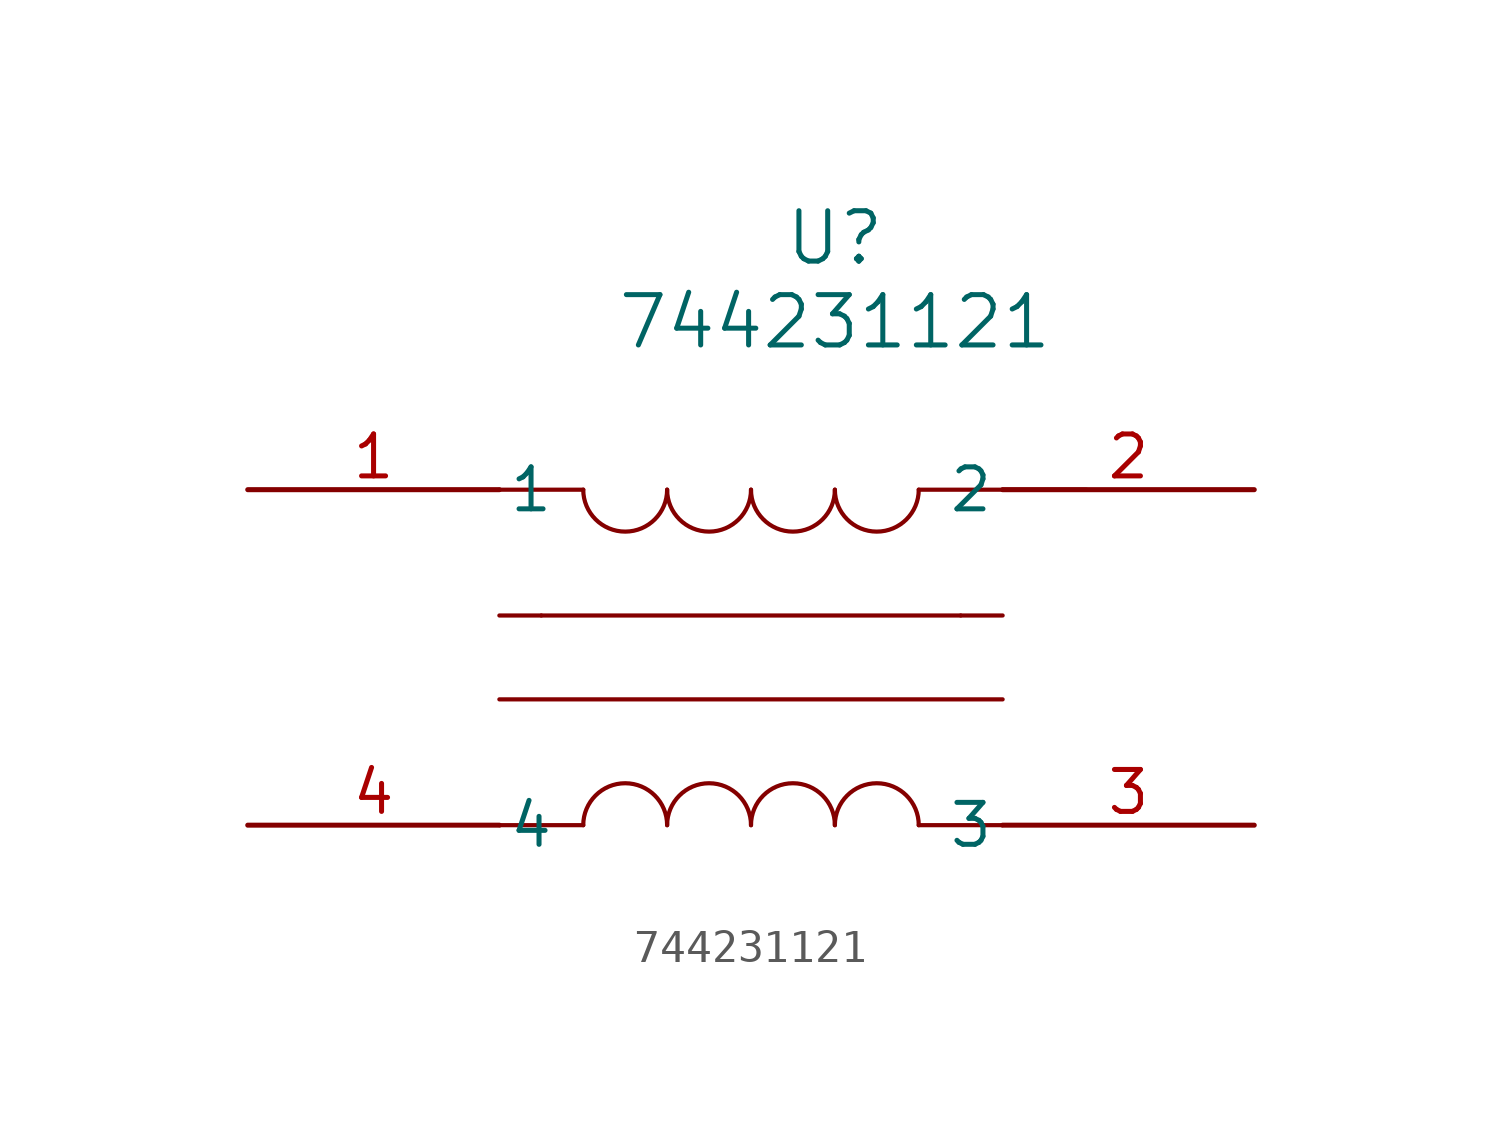
<source format=kicad_sym>
(kicad_symbol_lib
  (version 20211014)
  (generator kicad_symbol_editor)
  (symbol "744231121"
    (pin_names
      (offset 0.254))
    (property "Reference" "U"
      (at 17.78 7.62 0)
      (effects (font (size 1.524 1.524))))
    (property "Value" "744231121"
      (at 17.78 5.08 0)
      (effects (font (size 1.524 1.524))))
    (symbol "744231121_0_1"
      (polyline (pts (xy 7.62 0) (xy 10.16 0)) (stroke (width 0.127) (type default) (color 0 0 0 0)) (fill (type none)))
      (polyline (pts (xy 25.4 0) (xy 22.86 0)) (stroke (width 0.127) (type default) (color 0 0 0 0)) (fill (type none)))
      (polyline (pts (xy 22.86 0) (xy 20.32 0)) (stroke (width 0.127) (type default) (color 0 0 0 0)) (fill (type none)))
      (arc (start 10.16 0) (mid 11.43 -1.27) (end 12.7 0) (stroke (width 0.127) (type default) (color 0 0 0 0)) (fill (type none)))
      (arc (start 12.7 0) (mid 13.97 -1.27) (end 15.24 0) (stroke (width 0.127) (type default) (color 0 0 0 0)) (fill (type none)))
      (arc (start 15.24 0) (mid 16.51 -1.27) (end 17.78 0) (stroke (width 0.127) (type default) (color 0 0 0 0)) (fill (type none)))
      (arc (start 17.78 0) (mid 19.05 -1.27) (end 20.32 0) (stroke (width 0.127) (type default) (color 0 0 0 0)) (fill (type none)))
      (arc (start 12.7 -10.16) (mid 11.43 -8.89) (end 10.16 -10.16) (stroke (width 0.127) (type default) (color 0 0 0 0)) (fill (type none)))
      (arc (start 15.24 -10.16) (mid 13.97 -8.89) (end 12.7 -10.16) (stroke (width 0.127) (type default) (color 0 0 0 0)) (fill (type none)))
      (arc (start 17.78 -10.16) (mid 16.51 -8.89) (end 15.24 -10.16) (stroke (width 0.127) (type default) (color 0 0 0 0)) (fill (type none)))
      (arc (start 20.32 -10.16) (mid 19.05 -8.89) (end 17.78 -10.16) (stroke (width 0.127) (type default) (color 0 0 0 0)) (fill (type none)))
      (polyline (pts (xy 22.86 -10.16) (xy 20.32 -10.16)) (stroke (width 0.127) (type default) (color 0 0 0 0)) (fill (type none)))
      (polyline (pts (xy 10.16 -10.16) (xy 7.62 -10.16)) (stroke (width 0.127) (type default) (color 0 0 0 0)) (fill (type none)))
      (polyline (pts (xy 8.89 -3.81) (xy 21.59 -3.81)) (stroke (width 0.127) (type default) (color 0 0 0 0)) (fill (type none)))
      (polyline (pts (xy 8.89 -3.81) (xy 7.62 -3.81)) (stroke (width 0.127) (type default) (color 0 0 0 0)) (fill (type none)))
      (polyline (pts (xy 7.62 -6.35) (xy 22.86 -6.35)) (stroke (width 0.127) (type default) (color 0 0 0 0)) (fill (type none)))
      (polyline (pts (xy 21.59 -3.81) (xy 22.86 -3.81)) (stroke (width 0.127) (type default) (color 0 0 0 0)) (fill (type none)))
      (pin unspecified line (at 0 0 0) (length 7.62) (name "1" (effects (font (size 1.27 1.27)))) (number "1" (effects (font (size 1.27 1.27)))))
      (pin unspecified line (at 30.48 0 180) (length 7.62) (name "2" (effects (font (size 1.27 1.27)))) (number "2" (effects (font (size 1.27 1.27)))))
      (pin unspecified line (at 30.48 -10.16 180) (length 7.62) (name "3" (effects (font (size 1.27 1.27)))) (number "3" (effects (font (size 1.27 1.27)))))
      (pin unspecified line (at 0 -10.16 0) (length 7.62) (name "4" (effects (font (size 1.27 1.27)))) (number "4" (effects (font (size 1.27 1.27))))))))
</source>
